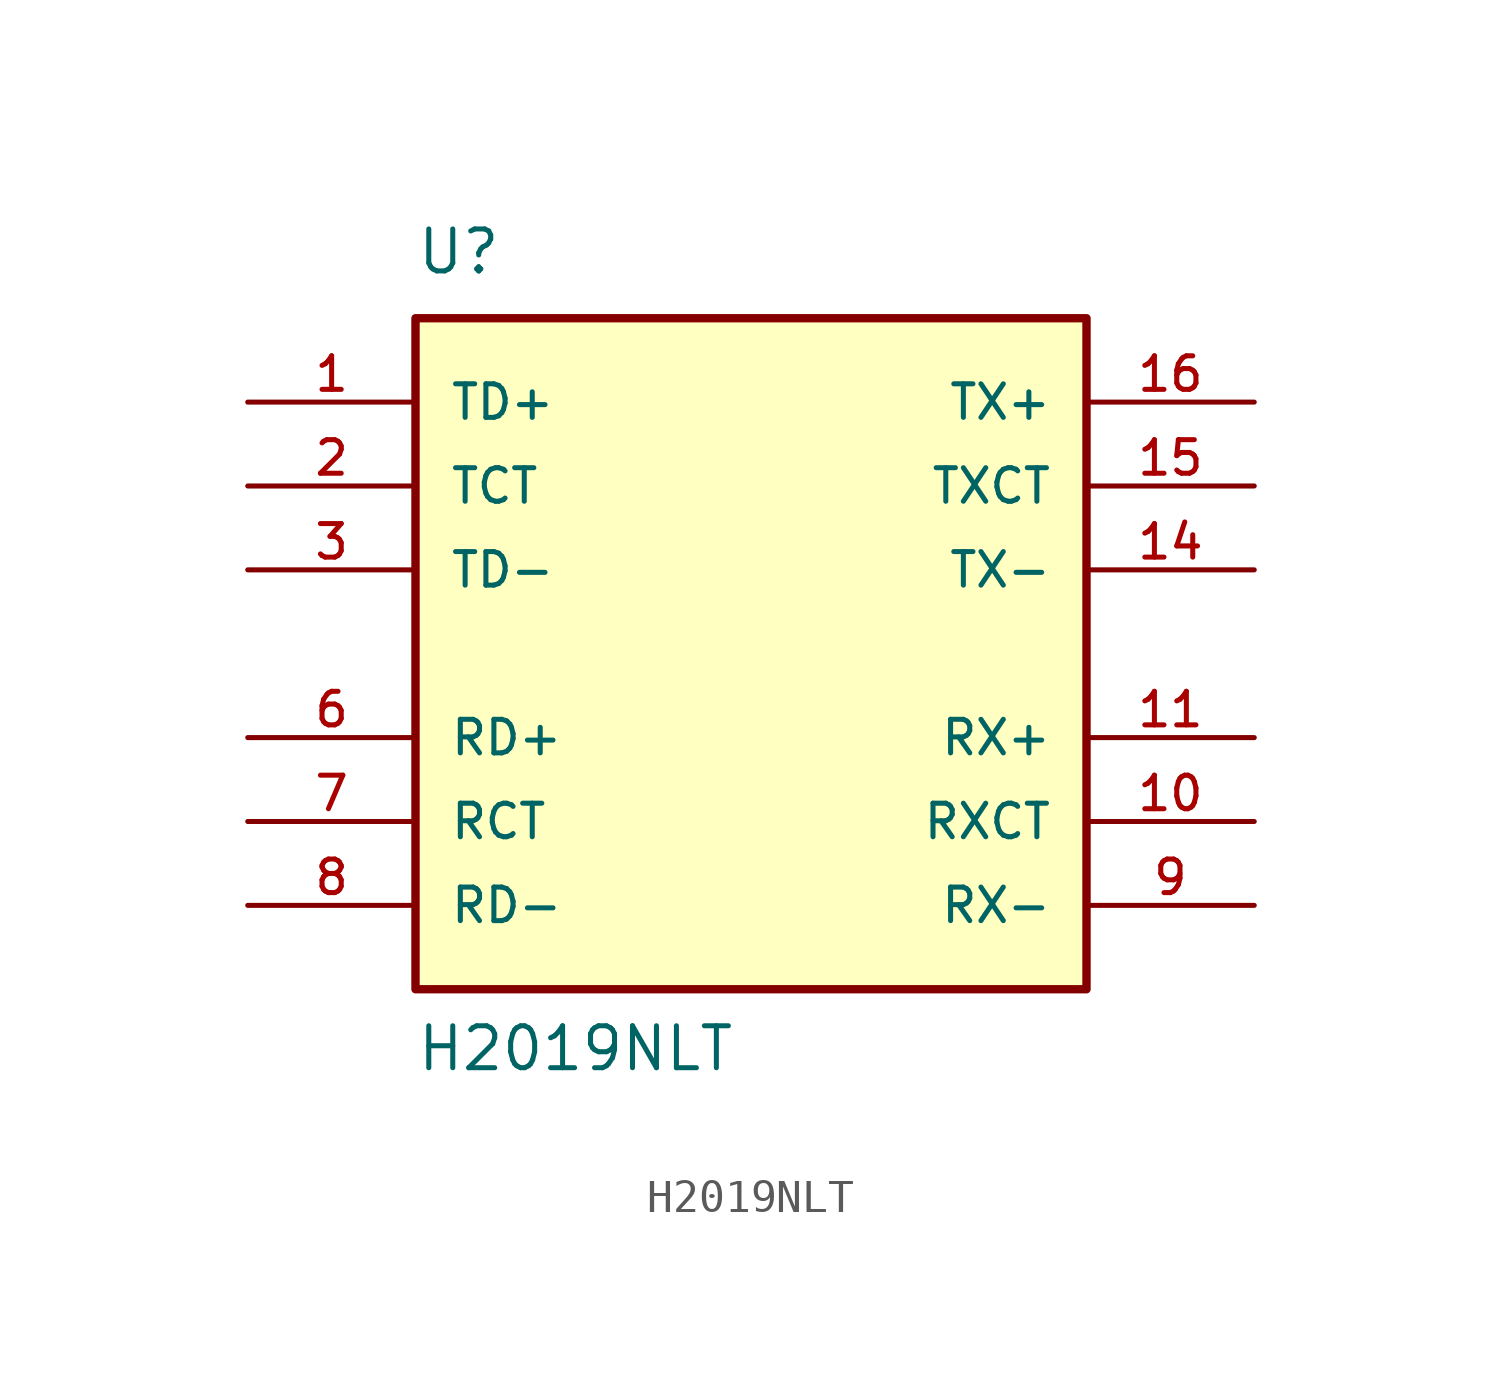
<source format=kicad_sym>
(kicad_symbol_lib
  (version 20211014)
  (generator kicad_symbol_editor)
  (symbol "H2019NLT"
    (pin_names
      (offset 1.016))
    (property "Reference" "U"
      (at -10.16 11.43 0)
      (effects (font (size 1.27 1.27)) (justify bottom left)))
    (property "Value" "H2019NLT"
      (at -10.16 -12.7 0)
      (effects (font (size 1.27 1.27)) (justify bottom left)))
    (symbol "H2019NLT_0_0"
      (rectangle (start -10.16 -10.16) (end 10.16 10.16) (stroke (width 0.254)) (fill (type background)))
      (pin passive line (at -15.24 7.62 0) (length 5.08) (name "TD+" (effects (font (size 1.016 1.016)))) (number "1" (effects (font (size 1.016 1.016)))))
      (pin passive line (at -15.24 5.08 0) (length 5.08) (name "TCT" (effects (font (size 1.016 1.016)))) (number "2" (effects (font (size 1.016 1.016)))))
      (pin passive line (at -15.24 2.54 0) (length 5.08) (name "TD-" (effects (font (size 1.016 1.016)))) (number "3" (effects (font (size 1.016 1.016)))))
      (pin passive line (at -15.24 -2.54 0) (length 5.08) (name "RD+" (effects (font (size 1.016 1.016)))) (number "6" (effects (font (size 1.016 1.016)))))
      (pin passive line (at -15.24 -5.08 0) (length 5.08) (name "RCT" (effects (font (size 1.016 1.016)))) (number "7" (effects (font (size 1.016 1.016)))))
      (pin passive line (at -15.24 -7.62 0) (length 5.08) (name "RD-" (effects (font (size 1.016 1.016)))) (number "8" (effects (font (size 1.016 1.016)))))
      (pin passive line (at 15.24 7.62 180.0) (length 5.08) (name "TX+" (effects (font (size 1.016 1.016)))) (number "16" (effects (font (size 1.016 1.016)))))
      (pin passive line (at 15.24 5.08 180.0) (length 5.08) (name "TXCT" (effects (font (size 1.016 1.016)))) (number "15" (effects (font (size 1.016 1.016)))))
      (pin passive line (at 15.24 2.54 180.0) (length 5.08) (name "TX-" (effects (font (size 1.016 1.016)))) (number "14" (effects (font (size 1.016 1.016)))))
      (pin passive line (at 15.24 -2.54 180.0) (length 5.08) (name "RX+" (effects (font (size 1.016 1.016)))) (number "11" (effects (font (size 1.016 1.016)))))
      (pin passive line (at 15.24 -5.08 180.0) (length 5.08) (name "RXCT" (effects (font (size 1.016 1.016)))) (number "10" (effects (font (size 1.016 1.016)))))
      (pin passive line (at 15.24 -7.62 180.0) (length 5.08) (name "RX-" (effects (font (size 1.016 1.016)))) (number "9" (effects (font (size 1.016 1.016))))))))
</source>
